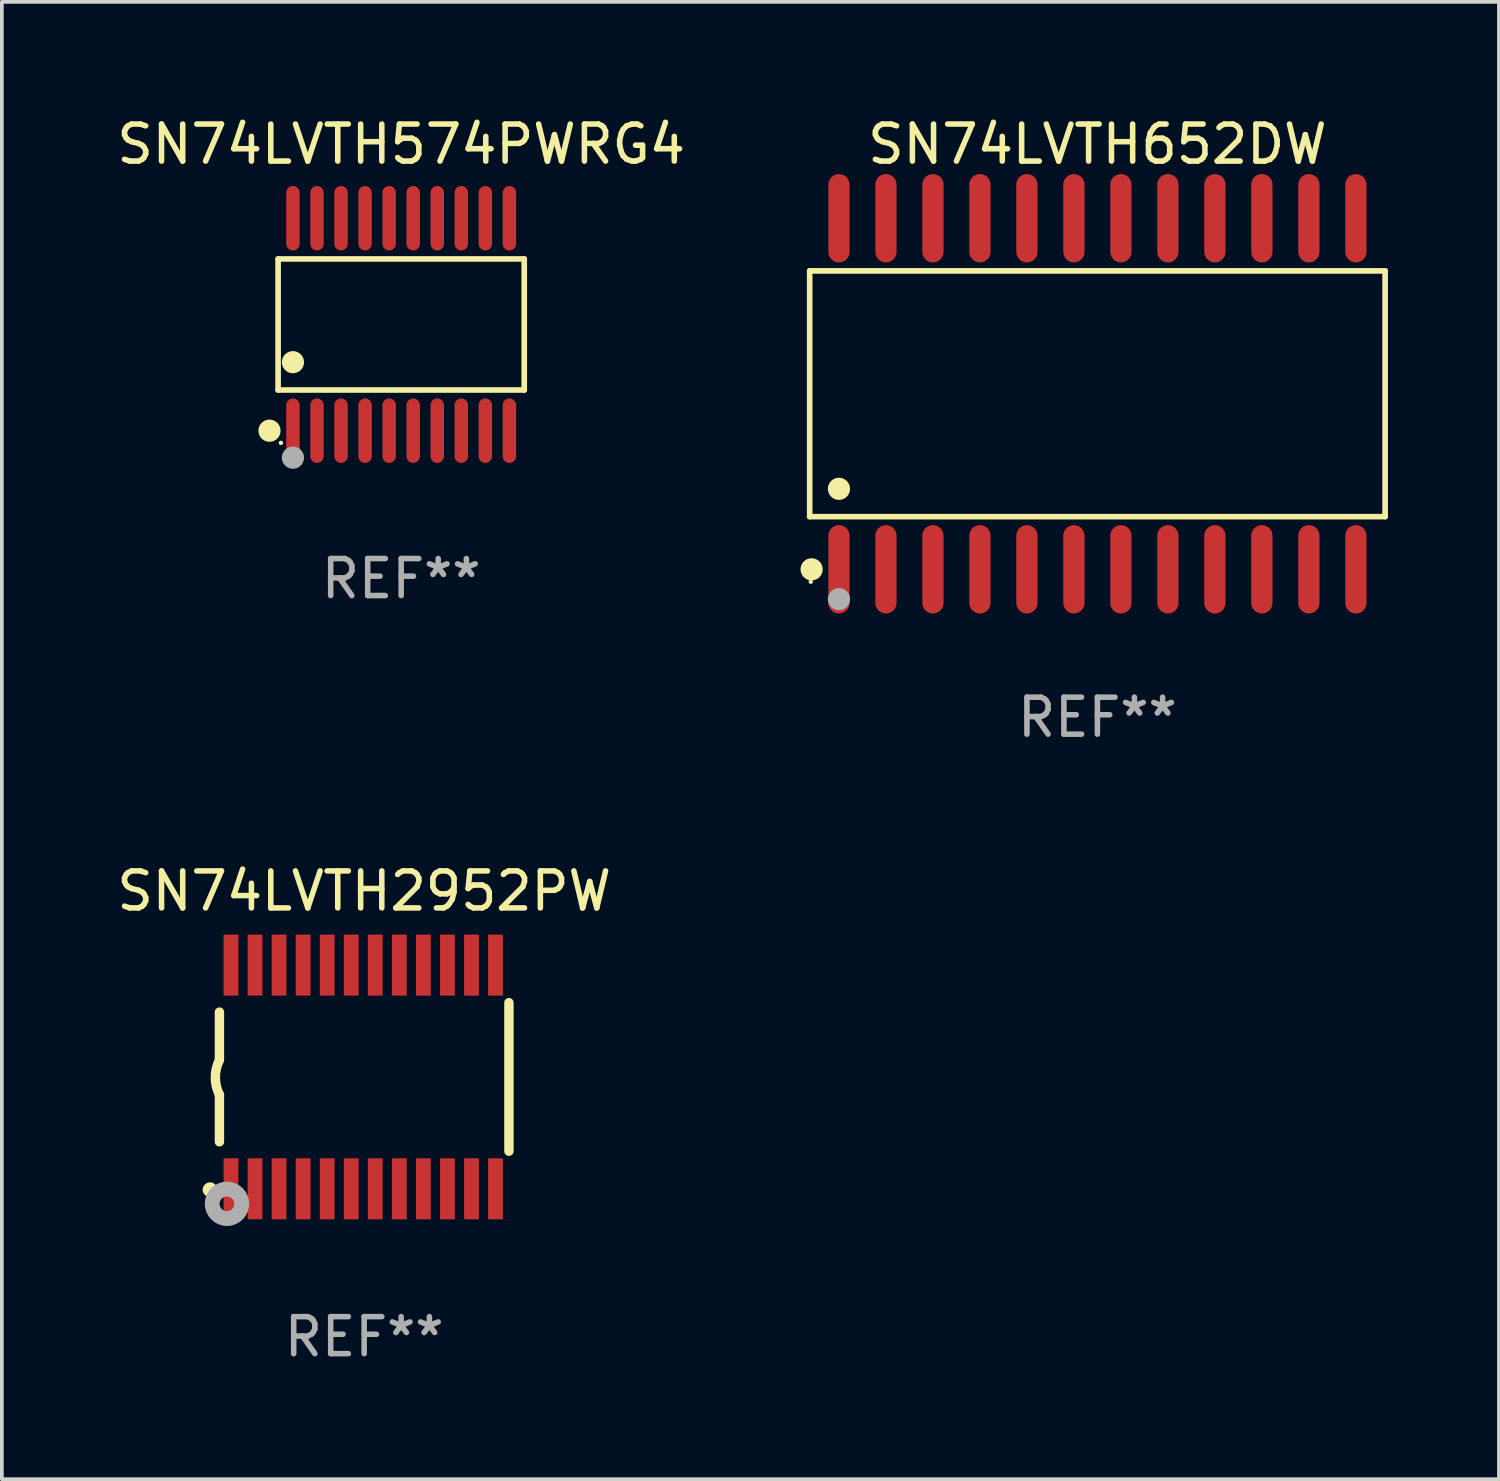
<source format=kicad_pcb>
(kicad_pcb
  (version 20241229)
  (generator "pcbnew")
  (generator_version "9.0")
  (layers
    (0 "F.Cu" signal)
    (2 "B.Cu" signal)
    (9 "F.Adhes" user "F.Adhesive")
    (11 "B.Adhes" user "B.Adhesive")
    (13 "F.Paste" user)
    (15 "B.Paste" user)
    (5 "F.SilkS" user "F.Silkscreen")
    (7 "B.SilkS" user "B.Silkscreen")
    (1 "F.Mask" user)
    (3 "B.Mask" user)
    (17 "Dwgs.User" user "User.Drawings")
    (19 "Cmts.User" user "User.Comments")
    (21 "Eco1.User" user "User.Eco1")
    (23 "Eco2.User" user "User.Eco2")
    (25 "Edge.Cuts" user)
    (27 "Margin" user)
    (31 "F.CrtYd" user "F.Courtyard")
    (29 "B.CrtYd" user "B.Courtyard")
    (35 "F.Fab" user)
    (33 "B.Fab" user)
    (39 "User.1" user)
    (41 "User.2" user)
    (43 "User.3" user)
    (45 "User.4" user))
  (footprint "SN74LVTH2952PW"
    (layer "F.Cu")
    (at 6.792 26.055)
    (property "Reference" "SN74LVTH2952PW" (at 0 -5.023 0) (layer "F.SilkS") (effects (font (size 1 1) (thickness 0.15))))
    (attr through_hole)
    (fp_line (start -3.912 -0.483) (end -3.912 -1.753) (stroke (width 0.254) (type solid)) (layer "F.SilkS"))
    (fp_line (start -3.912 1.753) (end -3.912 0.483) (stroke (width 0.254) (type solid)) (layer "F.SilkS"))
    (fp_line (start 3.912 -2.007) (end 3.912 2.007) (stroke (width 0.254) (type solid)) (layer "F.SilkS"))
    (fp_arc (start -3.911608 0.482601) (mid -4.022537 0.0127) (end -3.911608 -0.457201) (stroke (width 0.254001) (type solid)) (layer "F.SilkS"))
    (fp_circle (center -4.166 3.048) (end -4.066 3.048) (stroke (width 0.2) (type solid)) (fill no) (layer "F.SilkS"))
    (fp_circle (center -3.925 3.186) (end -3.895 3.186) (stroke (width 0.06) (type solid)) (fill no) (layer "F.SilkS"))
    (fp_circle (center -3.708 3.429) (end -3.509 3.429) (stroke (width 0.4) (type solid)) (fill no) (layer "F.Fab"))
    (fp_text user "REF**" (at 0 7.023 0) (layer "F.Fab") (effects (font (size 1 1) (thickness 0.15))))
    (pad "1" smd rect (at -3.6 3.023) (size 0.4 1.65) (layers "F.Cu" "F.Mask" "F.Paste"))
    (pad "2" smd rect (at -2.95 3.023) (size 0.4 1.65) (layers "F.Cu" "F.Mask" "F.Paste"))
    (pad "3" smd rect (at -2.3 3.023) (size 0.4 1.65) (layers "F.Cu" "F.Mask" "F.Paste"))
    (pad "4" smd rect (at -1.65 3.023) (size 0.4 1.65) (layers "F.Cu" "F.Mask" "F.Paste"))
    (pad "5" smd rect (at -1 3.023) (size 0.4 1.65) (layers "F.Cu" "F.Mask" "F.Paste"))
    (pad "6" smd rect (at -0.35 3.023) (size 0.4 1.65) (layers "F.Cu" "F.Mask" "F.Paste"))
    (pad "7" smd rect (at 0.299 3.023) (size 0.4 1.65) (layers "F.Cu" "F.Mask" "F.Paste"))
    (pad "8" smd rect (at 0.95 3.023) (size 0.4 1.65) (layers "F.Cu" "F.Mask" "F.Paste"))
    (pad "9" smd rect (at 1.6 3.023) (size 0.4 1.65) (layers "F.Cu" "F.Mask" "F.Paste"))
    (pad "10" smd rect (at 2.25 3.023) (size 0.4 1.65) (layers "F.Cu" "F.Mask" "F.Paste"))
    (pad "11" smd rect (at 2.9 3.023) (size 0.4 1.65) (layers "F.Cu" "F.Mask" "F.Paste"))
    (pad "12" smd rect (at 3.549 3.023) (size 0.4 1.65) (layers "F.Cu" "F.Mask" "F.Paste"))
    (pad "13" smd rect (at 3.549 -3.023) (size 0.4 1.65) (layers "F.Cu" "F.Mask" "F.Paste"))
    (pad "14" smd rect (at 2.9 -3.023) (size 0.4 1.65) (layers "F.Cu" "F.Mask" "F.Paste"))
    (pad "15" smd rect (at 2.25 -3.023) (size 0.4 1.65) (layers "F.Cu" "F.Mask" "F.Paste"))
    (pad "16" smd rect (at 1.6 -3.023) (size 0.4 1.65) (layers "F.Cu" "F.Mask" "F.Paste"))
    (pad "17" smd rect (at 0.95 -3.023) (size 0.4 1.65) (layers "F.Cu" "F.Mask" "F.Paste"))
    (pad "18" smd rect (at 0.299 -3.023) (size 0.4 1.65) (layers "F.Cu" "F.Mask" "F.Paste"))
    (pad "19" smd rect (at -0.35 -3.023) (size 0.4 1.65) (layers "F.Cu" "F.Mask" "F.Paste"))
    (pad "20" smd rect (at -1 -3.023) (size 0.4 1.65) (layers "F.Cu" "F.Mask" "F.Paste"))
    (pad "21" smd rect (at -1.65 -3.023) (size 0.4 1.65) (layers "F.Cu" "F.Mask" "F.Paste"))
    (pad "22" smd rect (at -2.3 -3.023) (size 0.4 1.65) (layers "F.Cu" "F.Mask" "F.Paste"))
    (pad "23" smd rect (at -2.95 -3.023) (size 0.4 1.65) (layers "F.Cu" "F.Mask" "F.Paste"))
    (pad "24" smd rect (at -3.6 -3.023) (size 0.4 1.65) (layers "F.Cu" "F.Mask" "F.Paste")))
  (footprint "SN74LVTH574PWRG4"
    (layer "F.Cu")
    (at 7.792 5.719)
    (property "Reference" "SN74LVTH574PWRG4" (at 0 -4.871 0) (layer "F.SilkS") (effects (font (size 1 1) (thickness 0.15))))
    (attr through_hole)
    (fp_line (start -3.326 -1.771) (end 3.326 -1.771) (stroke (width 0.152) (type solid)) (layer "F.SilkS"))
    (fp_line (start -3.326 1.771) (end -3.326 -1.771) (stroke (width 0.152) (type solid)) (layer "F.SilkS"))
    (fp_line (start 3.326 -1.771) (end 3.326 1.771) (stroke (width 0.152) (type solid)) (layer "F.SilkS"))
    (fp_line (start 3.326 1.771) (end -3.326 1.771) (stroke (width 0.152) (type solid)) (layer "F.SilkS"))
    (fp_circle (center -3.559 2.871) (end -3.409 2.871) (stroke (width 0.3) (type solid)) (fill no) (layer "F.SilkS"))
    (fp_circle (center -3.25 3.2) (end -3.22 3.2) (stroke (width 0.06) (type solid)) (fill no) (layer "F.SilkS"))
    (fp_circle (center -2.925 1.019) (end -2.775 1.019) (stroke (width 0.3) (type solid)) (fill no) (layer "F.SilkS"))
    (fp_circle (center -2.925 3.6) (end -2.775 3.6) (stroke (width 0.3) (type solid)) (fill no) (layer "F.Fab"))
    (fp_text user "REF**" (at 0 6.871 0) (layer "F.Fab") (effects (font (size 1 1) (thickness 0.15))))
    (pad "1" smd oval (at -2.925 2.871) (size 0.364 1.742) (layers "F.Cu" "F.Mask" "F.Paste"))
    (pad "2" smd oval (at -2.275 2.871) (size 0.364 1.742) (layers "F.Cu" "F.Mask" "F.Paste"))
    (pad "3" smd oval (at -1.625 2.871) (size 0.364 1.742) (layers "F.Cu" "F.Mask" "F.Paste"))
    (pad "4" smd oval (at -0.975 2.871) (size 0.364 1.742) (layers "F.Cu" "F.Mask" "F.Paste"))
    (pad "5" smd oval (at -0.325 2.871) (size 0.364 1.742) (layers "F.Cu" "F.Mask" "F.Paste"))
    (pad "6" smd oval (at 0.325 2.871) (size 0.364 1.742) (layers "F.Cu" "F.Mask" "F.Paste"))
    (pad "7" smd oval (at 0.975 2.871) (size 0.364 1.742) (layers "F.Cu" "F.Mask" "F.Paste"))
    (pad "8" smd oval (at 1.625 2.871) (size 0.364 1.742) (layers "F.Cu" "F.Mask" "F.Paste"))
    (pad "9" smd oval (at 2.275 2.871) (size 0.364 1.742) (layers "F.Cu" "F.Mask" "F.Paste"))
    (pad "10" smd oval (at 2.925 2.871) (size 0.364 1.742) (layers "F.Cu" "F.Mask" "F.Paste"))
    (pad "11" smd oval (at 2.925 -2.871) (size 0.364 1.742) (layers "F.Cu" "F.Mask" "F.Paste"))
    (pad "12" smd oval (at 2.275 -2.871) (size 0.364 1.742) (layers "F.Cu" "F.Mask" "F.Paste"))
    (pad "13" smd oval (at 1.625 -2.871) (size 0.364 1.742) (layers "F.Cu" "F.Mask" "F.Paste"))
    (pad "14" smd oval (at 0.975 -2.871) (size 0.364 1.742) (layers "F.Cu" "F.Mask" "F.Paste"))
    (pad "15" smd oval (at 0.325 -2.871) (size 0.364 1.742) (layers "F.Cu" "F.Mask" "F.Paste"))
    (pad "16" smd oval (at -0.325 -2.871) (size 0.364 1.742) (layers "F.Cu" "F.Mask" "F.Paste"))
    (pad "17" smd oval (at -0.975 -2.871) (size 0.364 1.742) (layers "F.Cu" "F.Mask" "F.Paste"))
    (pad "18" smd oval (at -1.625 -2.871) (size 0.364 1.742) (layers "F.Cu" "F.Mask" "F.Paste"))
    (pad "19" smd oval (at -2.275 -2.871) (size 0.364 1.742) (layers "F.Cu" "F.Mask" "F.Paste"))
    (pad "20" smd oval (at -2.925 -2.871) (size 0.364 1.742) (layers "F.Cu" "F.Mask" "F.Paste")))
  (footprint "SN74LVTH652DW"
    (layer "F.Cu")
    (at 26.608 7.592)
    (property "Reference" "SN74LVTH652DW" (at 0 -6.744 0) (layer "F.SilkS") (effects (font (size 1 1) (thickness 0.15))))
    (attr through_hole)
    (fp_line (start -7.776 -3.321) (end 7.776 -3.321) (stroke (width 0.152) (type solid)) (layer "F.SilkS"))
    (fp_line (start -7.776 3.321) (end -7.776 -3.321) (stroke (width 0.152) (type solid)) (layer "F.SilkS"))
    (fp_line (start 7.776 -3.321) (end 7.776 3.321) (stroke (width 0.152) (type solid)) (layer "F.SilkS"))
    (fp_line (start 7.776 3.321) (end -7.776 3.321) (stroke (width 0.152) (type solid)) (layer "F.SilkS"))
    (fp_circle (center -7.747 5.08) (end -7.717 5.08) (stroke (width 0.06) (type solid)) (fill no) (layer "F.SilkS"))
    (fp_circle (center -7.724 4.744) (end -7.574 4.744) (stroke (width 0.3) (type solid)) (fill no) (layer "F.SilkS"))
    (fp_circle (center -6.985 2.569) (end -6.835 2.569) (stroke (width 0.3) (type solid)) (fill no) (layer "F.SilkS"))
    (fp_circle (center -6.985 5.55) (end -6.835 5.55) (stroke (width 0.3) (type solid)) (fill no) (layer "F.Fab"))
    (fp_text user "REF**" (at 0 8.744 0) (layer "F.Fab") (effects (font (size 1 1) (thickness 0.15))))
    (pad "1" smd oval (at -6.985 4.744) (size 0.574 2.388) (layers "F.Cu" "F.Mask" "F.Paste"))
    (pad "2" smd oval (at -5.715 4.744) (size 0.574 2.388) (layers "F.Cu" "F.Mask" "F.Paste"))
    (pad "3" smd oval (at -4.445 4.744) (size 0.574 2.388) (layers "F.Cu" "F.Mask" "F.Paste"))
    (pad "4" smd oval (at -3.175 4.744) (size 0.574 2.388) (layers "F.Cu" "F.Mask" "F.Paste"))
    (pad "5" smd oval (at -1.905 4.744) (size 0.574 2.388) (layers "F.Cu" "F.Mask" "F.Paste"))
    (pad "6" smd oval (at -0.635 4.744) (size 0.574 2.388) (layers "F.Cu" "F.Mask" "F.Paste"))
    (pad "7" smd oval (at 0.635 4.744) (size 0.574 2.388) (layers "F.Cu" "F.Mask" "F.Paste"))
    (pad "8" smd oval (at 1.905 4.744) (size 0.574 2.388) (layers "F.Cu" "F.Mask" "F.Paste"))
    (pad "9" smd oval (at 3.175 4.744) (size 0.574 2.388) (layers "F.Cu" "F.Mask" "F.Paste"))
    (pad "10" smd oval (at 4.445 4.744) (size 0.574 2.388) (layers "F.Cu" "F.Mask" "F.Paste"))
    (pad "11" smd oval (at 5.715 4.744) (size 0.574 2.388) (layers "F.Cu" "F.Mask" "F.Paste"))
    (pad "12" smd oval (at 6.985 4.744) (size 0.574 2.388) (layers "F.Cu" "F.Mask" "F.Paste"))
    (pad "13" smd oval (at 6.985 -4.744) (size 0.574 2.388) (layers "F.Cu" "F.Mask" "F.Paste"))
    (pad "14" smd oval (at 5.715 -4.744) (size 0.574 2.388) (layers "F.Cu" "F.Mask" "F.Paste"))
    (pad "15" smd oval (at 4.445 -4.744) (size 0.574 2.388) (layers "F.Cu" "F.Mask" "F.Paste"))
    (pad "16" smd oval (at 3.175 -4.744) (size 0.574 2.388) (layers "F.Cu" "F.Mask" "F.Paste"))
    (pad "17" smd oval (at 1.905 -4.744) (size 0.574 2.388) (layers "F.Cu" "F.Mask" "F.Paste"))
    (pad "18" smd oval (at 0.635 -4.744) (size 0.574 2.388) (layers "F.Cu" "F.Mask" "F.Paste"))
    (pad "19" smd oval (at -0.635 -4.744) (size 0.574 2.388) (layers "F.Cu" "F.Mask" "F.Paste"))
    (pad "20" smd oval (at -1.905 -4.744) (size 0.574 2.388) (layers "F.Cu" "F.Mask" "F.Paste"))
    (pad "21" smd oval (at -3.175 -4.744) (size 0.574 2.388) (layers "F.Cu" "F.Mask" "F.Paste"))
    (pad "22" smd oval (at -4.445 -4.744) (size 0.574 2.388) (layers "F.Cu" "F.Mask" "F.Paste"))
    (pad "23" smd oval (at -5.715 -4.744) (size 0.574 2.388) (layers "F.Cu" "F.Mask" "F.Paste"))
    (pad "24" smd oval (at -6.985 -4.744) (size 0.574 2.388) (layers "F.Cu" "F.Mask" "F.Paste")))
  (gr_rect
    (start -3 -3)
    (end 37.46 36.926)
    (stroke (width 0.1) (type default))
    (fill no)
    (layer "Edge.Cuts")))
</source>
